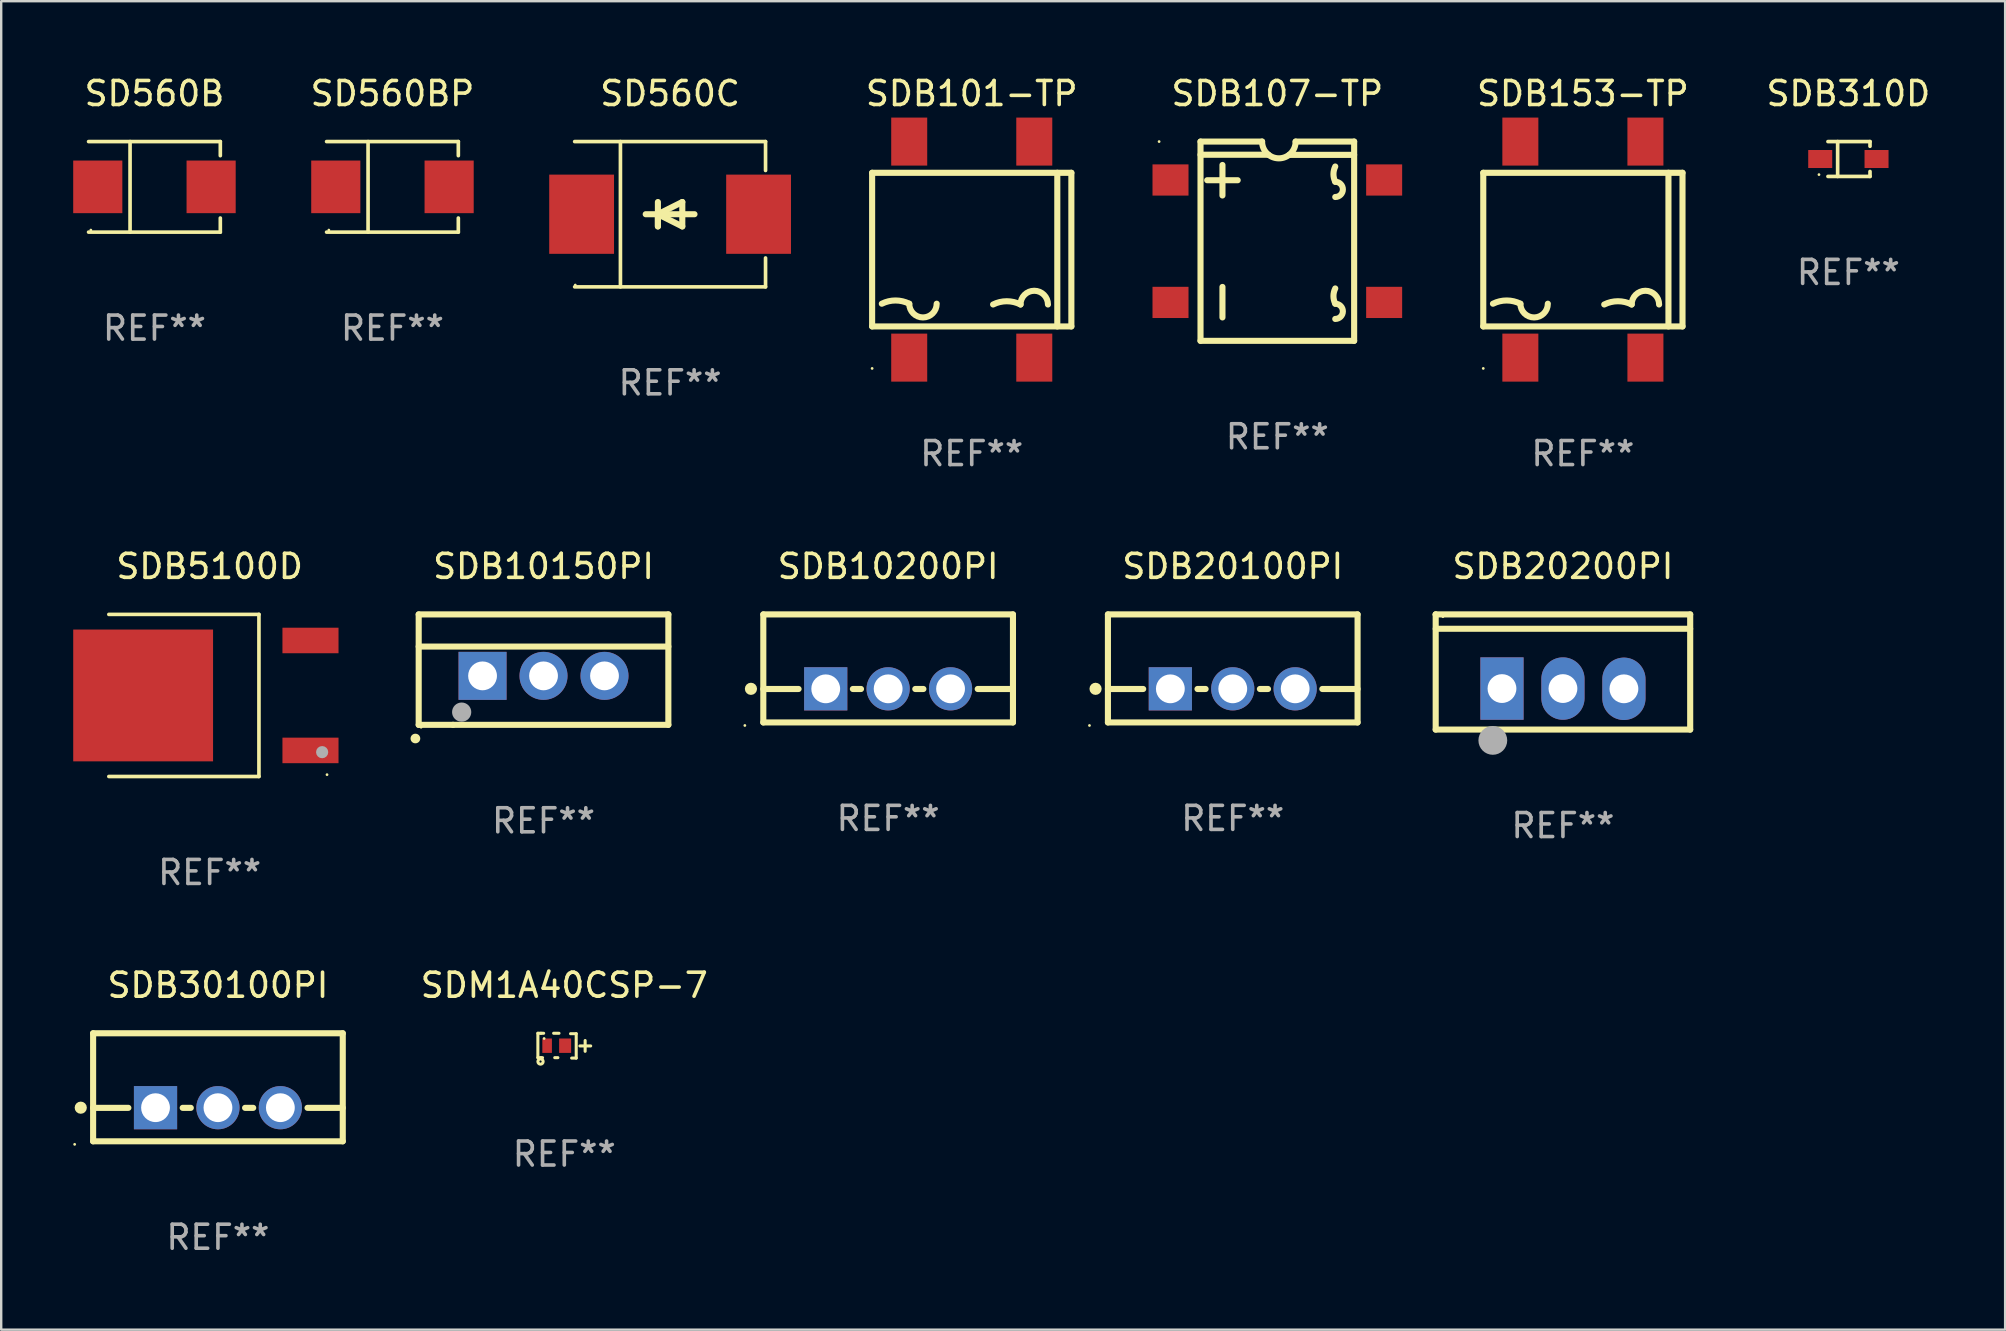
<source format=kicad_pcb>
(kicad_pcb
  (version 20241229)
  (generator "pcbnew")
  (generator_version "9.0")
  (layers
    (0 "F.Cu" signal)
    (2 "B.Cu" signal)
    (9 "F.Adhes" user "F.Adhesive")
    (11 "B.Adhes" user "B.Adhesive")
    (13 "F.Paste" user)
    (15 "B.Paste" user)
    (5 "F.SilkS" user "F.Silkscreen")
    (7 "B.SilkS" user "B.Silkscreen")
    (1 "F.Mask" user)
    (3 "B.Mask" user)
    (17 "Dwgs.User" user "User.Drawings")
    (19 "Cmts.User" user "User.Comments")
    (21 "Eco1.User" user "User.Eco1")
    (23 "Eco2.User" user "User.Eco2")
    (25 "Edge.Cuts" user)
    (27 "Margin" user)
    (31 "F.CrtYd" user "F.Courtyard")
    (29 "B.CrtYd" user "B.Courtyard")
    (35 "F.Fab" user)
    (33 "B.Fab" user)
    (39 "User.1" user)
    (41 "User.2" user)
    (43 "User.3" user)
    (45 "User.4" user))
  (footprint "SD560B"
    (layer "F.Cu")
    (at 3.384 4.734)
    (property "Reference" "SD560B" (at 0 -3.886 0) (layer "F.SilkS") (effects (font (size 1 1) (thickness 0.15))))
    (attr through_hole)
    (fp_line (start -2.744 -1.886) (end 2.744 -1.886) (stroke (width 0.152) (type solid)) (layer "F.SilkS"))
    (fp_line (start -2.744 1.886) (end 2.744 1.886) (stroke (width 0.152) (type solid)) (layer "F.SilkS"))
    (fp_line (start -1.016 -1.886) (end -1.016 1.886) (stroke (width 0.152) (type solid)) (layer "F.SilkS"))
    (fp_line (start 2.744 -1.886) (end 2.744 -1.299) (stroke (width 0.152) (type solid)) (layer "F.SilkS"))
    (fp_line (start 2.744 1.886) (end 2.744 1.299) (stroke (width 0.152) (type solid)) (layer "F.SilkS"))
    (fp_circle (center -2.65 1.8) (end -2.62 1.8) (stroke (width 0.06) (type solid)) (fill no) (layer "F.SilkS"))
    (fp_text user "REF**" (at 0 5.886 0) (layer "F.Fab") (effects (font (size 1 1) (thickness 0.15))))
    (pad "1" smd rect (at -2.361 0) (size 2.047 2.192) (layers "F.Cu" "F.Mask" "F.Paste"))
    (pad "2" smd rect (at 2.361 0) (size 2.047 2.192) (layers "F.Cu" "F.Mask" "F.Paste")))
  (footprint "SDB153-TP"
    (layer "F.Cu")
    (at 62.89 7.348)
    (property "Reference" "SDB153-TP" (at 0 -6.5 0) (layer "F.SilkS") (effects (font (size 1 1) (thickness 0.15))))
    (attr through_hole)
    (fp_line (start -4.15 -3.2) (end -4.15 3.2) (stroke (width 0.254) (type solid)) (layer "F.SilkS"))
    (fp_line (start -4.15 -3.2) (end 4.15 -3.2) (stroke (width 0.254) (type solid)) (layer "F.SilkS"))
    (fp_line (start -4.15 3.2) (end 4.15 3.2) (stroke (width 0.254) (type solid)) (layer "F.SilkS"))
    (fp_line (start 3.564 -3.2) (end 3.564 3.2) (stroke (width 0.254) (type solid)) (layer "F.SilkS"))
    (fp_line (start 4.15 -3.2) (end 4.15 3.2) (stroke (width 0.254) (type solid)) (layer "F.SilkS"))
    (fp_arc (start -3.746507 2.254255) (mid -3.175006 2.119342) (end -2.603505 2.254255) (stroke (width 0.254001) (type solid)) (layer "F.SilkS"))
    (fp_arc (start -1.460503 2.254255) (mid -2.032004 2.825756) (end -2.603505 2.254255) (stroke (width 0.254001) (type solid)) (layer "F.SilkS"))
    (fp_arc (start 0.889002 2.286005) (mid 1.460503 2.151092) (end 2.032004 2.286005) (stroke (width 0.254001) (type solid)) (layer "F.SilkS"))
    (fp_arc (start 2.032004 2.286005) (mid 2.603505 1.714504) (end 3.175006 2.286005) (stroke (width 0.254001) (type solid)) (layer "F.SilkS"))
    (fp_circle (center -4.15 4.95) (end -4.12 4.95) (stroke (width 0.06) (type solid)) (fill no) (layer "F.SilkS"))
    (fp_text user "-" (at -3.556 -0.889 0) (layer "B.Mask") (effects (font (size 1 1) (thickness 0.15))))
    (fp_text user "+" (at 1.524 -1.016 0) (layer "B.Mask") (effects (font (size 1 1) (thickness 0.15))))
    (fp_text user "REF**" (at 0 8.5 0) (layer "F.Fab") (effects (font (size 1 1) (thickness 0.15))))
    (pad "1" smd rect (at -2.605 4.5 90) (size 2 1.5) (layers "F.Cu" "F.Mask" "F.Paste"))
    (pad "2" smd rect (at 2.605 4.5 90) (size 2 1.5) (layers "F.Cu" "F.Mask" "F.Paste"))
    (pad "3" smd rect (at 2.605 -4.5 90) (size 2 1.5) (layers "F.Cu" "F.Mask" "F.Paste"))
    (pad "4" smd rect (at -2.605 -4.5 90) (size 2 1.5) (layers "F.Cu" "F.Mask" "F.Paste")))
  (footprint "SDB30100PI"
    (layer "F.Cu")
    (at 6.029 42.244)
    (property "Reference" "SDB30100PI" (at 0 -4.25 0) (layer "F.SilkS") (effects (font (size 1 1) (thickness 0.15))))
    (attr through_hole)
    (fp_line (start -5.2 -2.25) (end -5.2 2.25) (stroke (width 0.254) (type solid)) (layer "F.SilkS"))
    (fp_line (start -5.2 -2.25) (end 5.2 -2.25) (stroke (width 0.254) (type solid)) (layer "F.SilkS"))
    (fp_line (start -5.2 0.857) (end -3.731 0.857) (stroke (width 0.254) (type solid)) (layer "F.SilkS"))
    (fp_line (start -5.2 2.25) (end 5.2 2.25) (stroke (width 0.254) (type solid)) (layer "F.SilkS"))
    (fp_line (start -1.469 0.857) (end -1.131 0.857) (stroke (width 0.254) (type solid)) (layer "F.SilkS"))
    (fp_line (start 1.131 0.857) (end 1.469 0.857) (stroke (width 0.254) (type solid)) (layer "F.SilkS"))
    (fp_line (start 3.731 0.857) (end 5.2 0.857) (stroke (width 0.254) (type solid)) (layer "F.SilkS"))
    (fp_line (start 5.2 -2.25) (end 5.2 2.25) (stroke (width 0.254) (type solid)) (layer "F.SilkS"))
    (fp_circle (center -5.969 2.377) (end -5.939 2.377) (stroke (width 0.06) (type solid)) (fill no) (layer "F.SilkS"))
    (fp_circle (center -5.715 0.85) (end -5.588 0.85) (stroke (width 0.254) (type solid)) (fill no) (layer "F.SilkS"))
    (fp_text user "REF**" (at 0 6.25 0) (layer "F.Fab") (effects (font (size 1 1) (thickness 0.15))))
    (pad "1" thru_hole rect (at -2.6 0.85) (size 1.8 1.8) (drill 1.2) (layers "*.Cu" "*.Mask"))
    (pad "2" thru_hole circle (at 0 0.85) (size 1.8 1.8) (drill 1.2) (layers "*.Cu" "*.Mask"))
    (pad "3" thru_hole circle (at 2.6 0.85) (size 1.8 1.8) (drill 1.2) (layers "*.Cu" "*.Mask")))
  (footprint "SDB310D"
    (layer "F.Cu")
    (at 73.95 3.574)
    (property "Reference" "SDB310D" (at 0 -2.726 0) (layer "F.SilkS") (effects (font (size 1 1) (thickness 0.15))))
    (attr through_hole)
    (fp_line (start -0.851 -0.726) (end 0.901 -0.726) (stroke (width 0.152) (type solid)) (layer "F.SilkS"))
    (fp_line (start -0.851 0.726) (end 0.901 0.726) (stroke (width 0.152) (type solid)) (layer "F.SilkS"))
    (fp_line (start -0.447 -0.726) (end -0.447 0.726) (stroke (width 0.152) (type solid)) (layer "F.SilkS"))
    (fp_line (start 0.901 -0.726) (end 0.901 -0.53) (stroke (width 0.152) (type solid)) (layer "F.SilkS"))
    (fp_line (start 0.901 0.726) (end 0.901 0.52) (stroke (width 0.152) (type solid)) (layer "F.SilkS"))
    (fp_circle (center -1.225 0.65) (end -1.195 0.65) (stroke (width 0.06) (type solid)) (fill no) (layer "F.SilkS"))
    (fp_text user "REF**" (at 0 4.726 0) (layer "F.Fab") (effects (font (size 1 1) (thickness 0.15))))
    (pad "1" smd rect (at -1.173 0) (size 1 0.75) (layers "F.Cu" "F.Mask" "F.Paste"))
    (pad "2" smd rect (at 1.173 0) (size 1 0.75) (layers "F.Cu" "F.Mask" "F.Paste")))
  (footprint "SDM1A40CSP-7"
    (layer "F.Cu")
    (at 20.457 40.511)
    (property "Reference" "SDM1A40CSP-7" (at 0 -2.517 0) (layer "F.SilkS") (effects (font (size 1 1) (thickness 0.15))))
    (attr through_hole)
    (fp_line (start -1.1 -0.517) (end -0.973 -0.517) (stroke (width 0.127) (type solid)) (layer "F.SilkS"))
    (fp_line (start -1.1 0.499) (end -1.1 -0.517) (stroke (width 0.127) (type solid)) (layer "F.SilkS"))
    (fp_line (start -0.973 -0.517) (end -0.859 -0.517) (stroke (width 0.127) (type solid)) (layer "F.SilkS"))
    (fp_line (start -0.973 0.499) (end -1.1 0.499) (stroke (width 0.127) (type solid)) (layer "F.SilkS"))
    (fp_line (start -0.905 0.499) (end -0.973 0.499) (stroke (width 0.127) (type solid)) (layer "F.SilkS"))
    (fp_line (start -0.444 -0.517) (end -0.22 -0.517) (stroke (width 0.127) (type solid)) (layer "F.SilkS"))
    (fp_line (start -0.266 0.499) (end -0.398 0.499) (stroke (width 0.127) (type solid)) (layer "F.SilkS"))
    (fp_line (start 0.26 -0.499) (end 0.497 -0.499) (stroke (width 0.127) (type solid)) (layer "F.SilkS"))
    (fp_line (start 0.497 -0.499) (end 0.497 0.517) (stroke (width 0.127) (type solid)) (layer "F.SilkS"))
    (fp_line (start 0.497 0.517) (end 0.306 0.517) (stroke (width 0.127) (type solid)) (layer "F.SilkS"))
    (fp_line (start 0.65 0.011) (end 1.1 0.011) (stroke (width 0.127) (type solid)) (layer "F.SilkS"))
    (fp_line (start 0.869 0.235) (end 0.869 -0.215) (stroke (width 0.127) (type solid)) (layer "F.SilkS"))
    (fp_circle (center -0.99 0.661) (end -0.944 0.661) (stroke (width 0.127) (type solid)) (fill no) (layer "F.SilkS"))
    (fp_circle (center -0.84 -0.299) (end -0.81 -0.299) (stroke (width 0.06) (type solid)) (fill no) (layer "F.SilkS"))
    (fp_text user "REF**" (at 0 4.517 0) (layer "F.Fab") (effects (font (size 1 1) (thickness 0.15))))
    (pad "1" smd rect (at -0.715 0.001) (size 0.4 0.6) (layers "F.Cu" "F.Mask" "F.Paste"))
    (pad "2" smd rect (at 0.035 0.001) (size 0.5 0.6) (layers "F.Cu" "F.Mask" "F.Paste")))
  (footprint "SDB10200PI"
    (layer "F.Cu")
    (at 33.948 24.795)
    (property "Reference" "SDB10200PI" (at 0 -4.25 0) (layer "F.SilkS") (effects (font (size 1 1) (thickness 0.15))))
    (attr through_hole)
    (fp_line (start -5.2 -2.25) (end -5.2 2.25) (stroke (width 0.254) (type solid)) (layer "F.SilkS"))
    (fp_line (start -5.2 -2.25) (end 5.2 -2.25) (stroke (width 0.254) (type solid)) (layer "F.SilkS"))
    (fp_line (start -5.2 0.857) (end -3.731 0.857) (stroke (width 0.254) (type solid)) (layer "F.SilkS"))
    (fp_line (start -5.2 2.25) (end 5.2 2.25) (stroke (width 0.254) (type solid)) (layer "F.SilkS"))
    (fp_line (start -1.469 0.857) (end -1.131 0.857) (stroke (width 0.254) (type solid)) (layer "F.SilkS"))
    (fp_line (start 1.131 0.857) (end 1.469 0.857) (stroke (width 0.254) (type solid)) (layer "F.SilkS"))
    (fp_line (start 3.731 0.857) (end 5.2 0.857) (stroke (width 0.254) (type solid)) (layer "F.SilkS"))
    (fp_line (start 5.2 -2.25) (end 5.2 2.25) (stroke (width 0.254) (type solid)) (layer "F.SilkS"))
    (fp_circle (center -5.969 2.377) (end -5.939 2.377) (stroke (width 0.06) (type solid)) (fill no) (layer "F.SilkS"))
    (fp_circle (center -5.715 0.85) (end -5.588 0.85) (stroke (width 0.254) (type solid)) (fill no) (layer "F.SilkS"))
    (fp_text user "REF**" (at 0 6.25 0) (layer "F.Fab") (effects (font (size 1 1) (thickness 0.15))))
    (pad "1" thru_hole rect (at -2.6 0.85) (size 1.8 1.8) (drill 1.2) (layers "*.Cu" "*.Mask"))
    (pad "2" thru_hole circle (at 0 0.85) (size 1.8 1.8) (drill 1.2) (layers "*.Cu" "*.Mask"))
    (pad "3" thru_hole circle (at 2.6 0.85) (size 1.8 1.8) (drill 1.2) (layers "*.Cu" "*.Mask")))
  (footprint "SDB20200PI"
    (layer "F.Cu")
    (at 62.059 24.944)
    (property "Reference" "SDB20200PI" (at 0 -4.399 0) (layer "F.SilkS") (effects (font (size 1 1) (thickness 0.15))))
    (attr through_hole)
    (fp_line (start -5.301 -2.399) (end 5.301 -2.399) (stroke (width 0.254) (type solid)) (layer "F.SilkS"))
    (fp_line (start -5.301 -2.394) (end -5.301 -2.399) (stroke (width 0.254) (type solid)) (layer "F.SilkS"))
    (fp_line (start -5.301 2.399) (end -5.301 -2.394) (stroke (width 0.254) (type solid)) (layer "F.SilkS"))
    (fp_line (start 5.3 -1.8) (end -5.3 -1.8) (stroke (width 0.254) (type solid)) (layer "F.SilkS"))
    (fp_line (start 5.301 -2.399) (end 5.301 2.399) (stroke (width 0.254) (type solid)) (layer "F.SilkS"))
    (fp_line (start 5.301 2.399) (end -5.301 2.399) (stroke (width 0.254) (type solid)) (layer "F.SilkS"))
    (fp_arc (start -2.769977 3.025032) (mid -2.768707 3.025028) (end -2.767437 3.025032) (stroke (width 0.4) (type solid)) (layer "F.SilkS"))
    (fp_circle (center -5 -2.305) (end -4.97 -2.305) (stroke (width 0.06) (type solid)) (fill no) (layer "F.SilkS"))
    (fp_circle (center -2.921 2.849) (end -2.621 2.849) (stroke (width 0.6) (type solid)) (fill no) (layer "F.Fab"))
    (fp_text user "REF**" (at 0 6.399 0) (layer "F.Fab") (effects (font (size 1 1) (thickness 0.15))))
    (pad "1" thru_hole rect (at -2.54 0.69) (size 1.8 2.6) (drill 1.2) (layers "*.Cu" "*.Mask"))
    (pad "2" thru_hole oval (at 0 0.69) (size 1.8 2.6) (drill 1.2) (layers "*.Cu" "*.Mask"))
    (pad "3" thru_hole oval (at 2.54 0.7) (size 1.8 2.6) (drill 1.2) (layers "*.Cu" "*.Mask")))
  (footprint "SDB107-TP"
    (layer "F.Cu")
    (at 50.161 6.998)
    (property "Reference" "SDB107-TP" (at 0 -6.15 0) (layer "F.SilkS") (effects (font (size 1 1) (thickness 0.15))))
    (attr through_hole)
    (fp_line (start -3.2 -4.15) (end -0.635 -4.15) (stroke (width 0.254) (type solid)) (layer "F.SilkS"))
    (fp_line (start -3.2 4.15) (end -3.2 -4.15) (stroke (width 0.254) (type solid)) (layer "F.SilkS"))
    (fp_line (start -2.921 -2.54) (end -1.651 -2.54) (stroke (width 0.254) (type solid)) (layer "F.SilkS"))
    (fp_line (start -2.286 1.905) (end -2.286 3.175) (stroke (width 0.254) (type solid)) (layer "F.SilkS"))
    (fp_line (start -2.286 -3.175) (end -2.286 -1.905) (stroke (width 0.254) (type solid)) (layer "F.SilkS"))
    (fp_line (start -0.369 -3.602) (end -3.2 -3.602) (stroke (width 0.254) (type solid)) (layer "F.SilkS"))
    (fp_line (start 3.2 -4.15) (end 0.762 -4.15) (stroke (width 0.254) (type solid)) (layer "F.SilkS"))
    (fp_line (start 3.2 -4.15) (end 3.2 4.15) (stroke (width 0.254) (type solid)) (layer "F.SilkS"))
    (fp_line (start 3.2 -3.597) (end 0.498 -3.597) (stroke (width 0.254) (type solid)) (layer "F.SilkS"))
    (fp_line (start 3.2 4.15) (end -3.2 4.15) (stroke (width 0.254) (type solid)) (layer "F.SilkS"))
    (fp_arc (start 0.762027 -4.150013) (mid 0.063323 -3.451841) (end -0.635027 -4.150367) (stroke (width 0.254001) (type solid)) (layer "F.SilkS"))
    (fp_arc (start 2.41303 -2.476505) (mid 2.338078 -2.794006) (end 2.41303 -3.111506) (stroke (width 0.254001) (type solid)) (layer "F.SilkS"))
    (fp_arc (start 2.41303 -2.476504) (mid 2.73053 -2.159004) (end 2.41303 -1.841504) (stroke (width 0.254001) (type solid)) (layer "F.SilkS"))
    (fp_arc (start 2.41303 2.603505) (mid 2.338079 2.286005) (end 2.41303 1.968504) (stroke (width 0.254001) (type solid)) (layer "F.SilkS"))
    (fp_arc (start 2.41303 2.603506) (mid 2.73053 2.921006) (end 2.41303 3.238506) (stroke (width 0.254001) (type solid)) (layer "F.SilkS"))
    (fp_circle (center -4.925 -4.15) (end -4.895 -4.15) (stroke (width 0.06) (type solid)) (fill no) (layer "F.SilkS"))
    (fp_text user "REF**" (at 0 8.15 0) (layer "F.Fab") (effects (font (size 1 1) (thickness 0.15))))
    (pad "1" smd rect (at -4.45 -2.55) (size 1.5 1.3) (layers "F.Cu" "F.Mask" "F.Paste"))
    (pad "2" smd rect (at -4.45 2.55) (size 1.5 1.3) (layers "F.Cu" "F.Mask" "F.Paste"))
    (pad "3" smd rect (at 4.45 2.55) (size 1.5 1.3) (layers "F.Cu" "F.Mask" "F.Paste"))
    (pad "4" smd rect (at 4.45 -2.55) (size 1.5 1.3) (layers "F.Cu" "F.Mask" "F.Paste")))
  (footprint "SD560BP"
    (layer "F.Cu")
    (at 13.299 4.734)
    (property "Reference" "SD560BP" (at 0 -3.886 0) (layer "F.SilkS") (effects (font (size 1 1) (thickness 0.15))))
    (attr through_hole)
    (fp_line (start -2.744 -1.886) (end 2.744 -1.886) (stroke (width 0.152) (type solid)) (layer "F.SilkS"))
    (fp_line (start -2.744 1.886) (end 2.744 1.886) (stroke (width 0.152) (type solid)) (layer "F.SilkS"))
    (fp_line (start -1.016 -1.886) (end -1.016 1.886) (stroke (width 0.152) (type solid)) (layer "F.SilkS"))
    (fp_line (start 2.744 -1.886) (end 2.744 -1.299) (stroke (width 0.152) (type solid)) (layer "F.SilkS"))
    (fp_line (start 2.744 1.886) (end 2.744 1.299) (stroke (width 0.152) (type solid)) (layer "F.SilkS"))
    (fp_circle (center -2.65 1.8) (end -2.62 1.8) (stroke (width 0.06) (type solid)) (fill no) (layer "F.SilkS"))
    (fp_text user "REF**" (at 0 5.886 0) (layer "F.Fab") (effects (font (size 1 1) (thickness 0.15))))
    (pad "1" smd rect (at -2.361 0) (size 2.047 2.192) (layers "F.Cu" "F.Mask" "F.Paste"))
    (pad "2" smd rect (at 2.361 0) (size 2.047 2.192) (layers "F.Cu" "F.Mask" "F.Paste")))
  (footprint "SDB5100D"
    (layer "F.Cu")
    (at 5.684 25.921)
    (property "Reference" "SDB5100D" (at 0 -5.376 0) (layer "F.SilkS") (effects (font (size 1 1) (thickness 0.15))))
    (attr through_hole)
    (fp_line (start -4.2 -3.376) (end 2.053 -3.376) (stroke (width 0.152) (type solid)) (layer "F.SilkS"))
    (fp_line (start -4.2 3.376) (end 2.053 3.376) (stroke (width 0.152) (type solid)) (layer "F.SilkS"))
    (fp_line (start 2.053 3.376) (end 2.053 -3.376) (stroke (width 0.152) (type solid)) (layer "F.SilkS"))
    (fp_circle (center 4.889 3.3) (end 4.919 3.3) (stroke (width 0.06) (type solid)) (fill no) (layer "F.SilkS"))
    (fp_circle (center 4.686 2.362) (end 4.813 2.362) (stroke (width 0.254) (type solid)) (fill no) (layer "F.Fab"))
    (fp_text user "REF**" (at 0 7.376 0) (layer "F.Fab") (effects (font (size 1 1) (thickness 0.15))))
    (pad "1" smd rect (at 4.2 2.29) (size 2.336 1.064) (layers "F.Cu" "F.Mask" "F.Paste"))
    (pad "3" smd rect (at 4.2 -2.29) (size 2.336 1.064) (layers "F.Cu" "F.Mask" "F.Paste"))
    (pad "4" smd rect (at -2.771 0) (size 5.826 5.491) (layers "F.Cu" "F.Mask" "F.Paste")))
  (footprint "SD560C"
    (layer "F.Cu")
    (at 24.865 5.874)
    (property "Reference" "SD560C" (at 0 -5.026 0) (layer "F.SilkS") (effects (font (size 1 1) (thickness 0.15))))
    (attr through_hole)
    (fp_line (start -3.976 -3.026) (end 3.976 -3.026) (stroke (width 0.152) (type solid)) (layer "F.SilkS"))
    (fp_line (start -3.976 3.026) (end 3.976 3.026) (stroke (width 0.152) (type solid)) (layer "F.SilkS"))
    (fp_line (start -2.069 -3.026) (end -2.069 3.026) (stroke (width 0.152) (type solid)) (layer "F.SilkS"))
    (fp_line (start -0.508 0) (end -0.508 0.508) (stroke (width 0.254) (type solid)) (layer "F.SilkS"))
    (fp_line (start -0.508 0) (end 0.508 0.508) (stroke (width 0.254) (type solid)) (layer "F.SilkS"))
    (fp_line (start -0.508 0.508) (end -0.508 -0.508) (stroke (width 0.254) (type solid)) (layer "F.SilkS"))
    (fp_line (start 0.508 -0.508) (end -0.508 0) (stroke (width 0.254) (type solid)) (layer "F.SilkS"))
    (fp_line (start 0.508 0.508) (end 0.508 -0.508) (stroke (width 0.254) (type solid)) (layer "F.SilkS"))
    (fp_line (start 1.016 0) (end -1.016 0) (stroke (width 0.254) (type solid)) (layer "F.SilkS"))
    (fp_line (start 3.976 -3.026) (end 3.976 -1.823) (stroke (width 0.152) (type solid)) (layer "F.SilkS"))
    (fp_line (start 3.976 3.026) (end 3.976 1.823) (stroke (width 0.152) (type solid)) (layer "F.SilkS"))
    (fp_circle (center -3.95 2.95) (end -3.92 2.95) (stroke (width 0.06) (type solid)) (fill no) (layer "F.SilkS"))
    (fp_text user "REF**" (at 0 7.026 0) (layer "F.Fab") (effects (font (size 1 1) (thickness 0.15))))
    (pad "1" smd rect (at -3.686 0) (size 2.7 3.3) (layers "F.Cu" "F.Mask" "F.Paste"))
    (pad "2" smd rect (at 3.686 0) (size 2.7 3.3) (layers "F.Cu" "F.Mask" "F.Paste")))
  (footprint "SDB101-TP"
    (layer "F.Cu")
    (at 37.431 7.348)
    (property "Reference" "SDB101-TP" (at 0 -6.5 0) (layer "F.SilkS") (effects (font (size 1 1) (thickness 0.15))))
    (attr through_hole)
    (fp_line (start -4.15 -3.2) (end -4.15 3.2) (stroke (width 0.254) (type solid)) (layer "F.SilkS"))
    (fp_line (start -4.15 -3.2) (end 4.15 -3.2) (stroke (width 0.254) (type solid)) (layer "F.SilkS"))
    (fp_line (start -4.15 3.2) (end 4.15 3.2) (stroke (width 0.254) (type solid)) (layer "F.SilkS"))
    (fp_line (start 3.564 -3.2) (end 3.564 3.2) (stroke (width 0.254) (type solid)) (layer "F.SilkS"))
    (fp_line (start 4.15 -3.2) (end 4.15 3.2) (stroke (width 0.254) (type solid)) (layer "F.SilkS"))
    (fp_arc (start -3.746507 2.254255) (mid -3.175006 2.119342) (end -2.603505 2.254255) (stroke (width 0.254001) (type solid)) (layer "F.SilkS"))
    (fp_arc (start -1.460503 2.254255) (mid -2.032004 2.825756) (end -2.603505 2.254255) (stroke (width 0.254001) (type solid)) (layer "F.SilkS"))
    (fp_arc (start 0.889002 2.286005) (mid 1.460503 2.151092) (end 2.032004 2.286005) (stroke (width 0.254001) (type solid)) (layer "F.SilkS"))
    (fp_arc (start 2.032004 2.286005) (mid 2.603505 1.714504) (end 3.175006 2.286005) (stroke (width 0.254001) (type solid)) (layer "F.SilkS"))
    (fp_circle (center -4.15 4.95) (end -4.12 4.95) (stroke (width 0.06) (type solid)) (fill no) (layer "F.SilkS"))
    (fp_text user "+" (at 1.524 -1.016 0) (layer "B.Mask") (effects (font (size 1 1) (thickness 0.15))))
    (fp_text user "-" (at -3.556 -0.889 0) (layer "B.Mask") (effects (font (size 1 1) (thickness 0.15))))
    (fp_text user "REF**" (at 0 8.5 0) (layer "F.Fab") (effects (font (size 1 1) (thickness 0.15))))
    (pad "1" smd rect (at -2.605 4.5 90) (size 2 1.5) (layers "F.Cu" "F.Mask" "F.Paste"))
    (pad "2" smd rect (at 2.605 4.5 90) (size 2 1.5) (layers "F.Cu" "F.Mask" "F.Paste"))
    (pad "3" smd rect (at 2.605 -4.5 90) (size 2 1.5) (layers "F.Cu" "F.Mask" "F.Paste"))
    (pad "4" smd rect (at -2.605 -4.5 90) (size 2 1.5) (layers "F.Cu" "F.Mask" "F.Paste")))
  (footprint "SDB20100PI"
    (layer "F.Cu")
    (at 48.304 24.795)
    (property "Reference" "SDB20100PI" (at 0 -4.25 0) (layer "F.SilkS") (effects (font (size 1 1) (thickness 0.15))))
    (attr through_hole)
    (fp_line (start -5.2 -2.25) (end -5.2 2.25) (stroke (width 0.254) (type solid)) (layer "F.SilkS"))
    (fp_line (start -5.2 -2.25) (end 5.2 -2.25) (stroke (width 0.254) (type solid)) (layer "F.SilkS"))
    (fp_line (start -5.2 0.857) (end -3.731 0.857) (stroke (width 0.254) (type solid)) (layer "F.SilkS"))
    (fp_line (start -5.2 2.25) (end 5.2 2.25) (stroke (width 0.254) (type solid)) (layer "F.SilkS"))
    (fp_line (start -1.469 0.857) (end -1.131 0.857) (stroke (width 0.254) (type solid)) (layer "F.SilkS"))
    (fp_line (start 1.131 0.857) (end 1.469 0.857) (stroke (width 0.254) (type solid)) (layer "F.SilkS"))
    (fp_line (start 3.731 0.857) (end 5.2 0.857) (stroke (width 0.254) (type solid)) (layer "F.SilkS"))
    (fp_line (start 5.2 -2.25) (end 5.2 2.25) (stroke (width 0.254) (type solid)) (layer "F.SilkS"))
    (fp_circle (center -5.969 2.377) (end -5.939 2.377) (stroke (width 0.06) (type solid)) (fill no) (layer "F.SilkS"))
    (fp_circle (center -5.715 0.85) (end -5.588 0.85) (stroke (width 0.254) (type solid)) (fill no) (layer "F.SilkS"))
    (fp_text user "REF**" (at 0 6.25 0) (layer "F.Fab") (effects (font (size 1 1) (thickness 0.15))))
    (pad "1" thru_hole rect (at -2.6 0.85) (size 1.8 1.8) (drill 1.2) (layers "*.Cu" "*.Mask"))
    (pad "2" thru_hole circle (at 0 0.85) (size 1.8 1.8) (drill 1.2) (layers "*.Cu" "*.Mask"))
    (pad "3" thru_hole circle (at 2.6 0.85) (size 1.8 1.8) (drill 1.2) (layers "*.Cu" "*.Mask")))
  (footprint "SDB10150PI"
    (layer "F.Cu")
    (at 19.592 24.845)
    (property "Reference" "SDB10150PI" (at 0 -4.3 0) (layer "F.SilkS") (effects (font (size 1 1) (thickness 0.15))))
    (attr through_hole)
    (fp_line (start -5.2 -2.3) (end -5.2 2.3) (stroke (width 0.254) (type solid)) (layer "F.SilkS"))
    (fp_line (start -5.2 -0.961) (end 5.2 -0.961) (stroke (width 0.254) (type solid)) (layer "F.SilkS"))
    (fp_line (start -5.2 2.3) (end -3.768 2.3) (stroke (width 0.254) (type solid)) (layer "F.SilkS"))
    (fp_line (start -3.768 2.3) (end 5.2 2.3) (stroke (width 0.254) (type solid)) (layer "F.SilkS"))
    (fp_line (start 5.2 -2.3) (end -5.2 -2.3) (stroke (width 0.254) (type solid)) (layer "F.SilkS"))
    (fp_line (start 5.2 -2.3) (end 5.2 2.3) (stroke (width 0.254) (type solid)) (layer "F.SilkS"))
    (fp_arc (start -5.340005 2.870003) (mid -5.337465 2.869987) (end -5.334925 2.870003) (stroke (width 0.4) (type solid)) (layer "F.SilkS"))
    (fp_circle (center -5.1 2.4) (end -5.07 2.4) (stroke (width 0.06) (type solid)) (fill no) (layer "F.SilkS"))
    (fp_circle (center -3.41 1.77) (end -3.21 1.77) (stroke (width 0.4) (type solid)) (fill no) (layer "F.Fab"))
    (fp_text user "REF**" (at 0 6.3 0) (layer "F.Fab") (effects (font (size 1 1) (thickness 0.15))))
    (pad "1" thru_hole rect (at -2.54 0.26) (size 2 2) (drill 1.2) (layers "*.Cu" "*.Mask"))
    (pad "2" thru_hole circle (at 0 0.26) (size 2 2) (drill 1.2) (layers "*.Cu" "*.Mask"))
    (pad "3" thru_hole circle (at 2.54 0.26) (size 2 2) (drill 1.2) (layers "*.Cu" "*.Mask")))
  (gr_rect
    (start -3 -3)
    (end 80.48 52.342)
    (stroke (width 0.1) (type default))
    (fill no)
    (layer "Edge.Cuts")))
</source>
